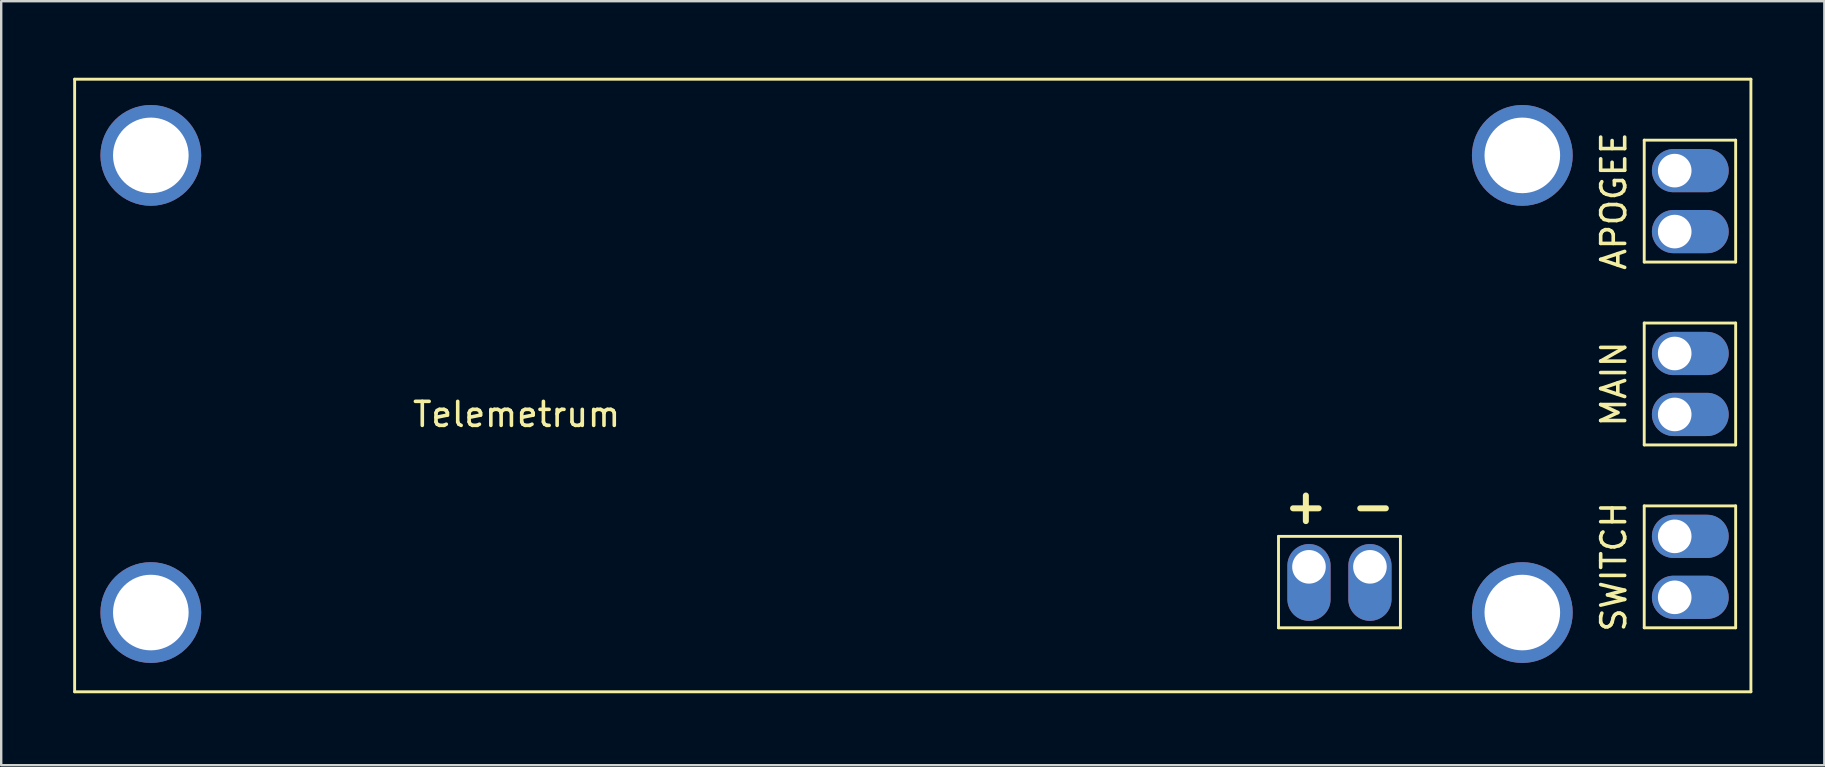
<source format=kicad_pcb>
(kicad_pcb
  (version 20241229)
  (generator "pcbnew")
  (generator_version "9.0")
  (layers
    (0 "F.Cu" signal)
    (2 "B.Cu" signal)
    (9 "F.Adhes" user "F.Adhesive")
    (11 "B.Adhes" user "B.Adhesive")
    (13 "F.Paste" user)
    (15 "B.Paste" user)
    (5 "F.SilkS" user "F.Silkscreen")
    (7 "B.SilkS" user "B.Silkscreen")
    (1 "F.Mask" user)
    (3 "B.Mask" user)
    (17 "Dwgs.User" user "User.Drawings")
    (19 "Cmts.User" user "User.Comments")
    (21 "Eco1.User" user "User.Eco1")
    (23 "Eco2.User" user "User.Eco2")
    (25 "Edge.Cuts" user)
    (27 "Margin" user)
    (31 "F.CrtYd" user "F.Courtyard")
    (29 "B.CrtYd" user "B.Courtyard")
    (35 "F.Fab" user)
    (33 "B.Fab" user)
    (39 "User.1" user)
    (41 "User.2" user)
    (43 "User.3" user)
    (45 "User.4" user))
  (footprint "Telemetrum"
    (layer "F.Cu")
    (at 34.985 0.25)
    (property "Reference" "Telemetrum" (at -16.51 13.97 0) (layer "F.SilkS") (effects (font (size 1 1) (thickness 0.15))))
    (attr through_hole)
    (fp_line (start -34.925 0) (end -34.925 25.527) (stroke (width 0.12) (type solid)) (layer "F.SilkS"))
    (fp_line (start -34.925 0) (end 34.925 0) (stroke (width 0.12) (type solid)) (layer "F.SilkS"))
    (fp_line (start -34.925 25.527) (end 34.925 25.527) (stroke (width 0.12) (type solid)) (layer "F.SilkS"))
    (fp_line (start 15.24 19.05) (end 20.32 19.05) (stroke (width 0.12) (type solid)) (layer "F.SilkS"))
    (fp_line (start 15.24 22.86) (end 15.24 19.05) (stroke (width 0.12) (type solid)) (layer "F.SilkS"))
    (fp_line (start 20.32 19.05) (end 20.32 22.86) (stroke (width 0.12) (type solid)) (layer "F.SilkS"))
    (fp_line (start 20.32 22.86) (end 15.24 22.86) (stroke (width 0.12) (type solid)) (layer "F.SilkS"))
    (fp_line (start 30.48 2.54) (end 34.29 2.54) (stroke (width 0.12) (type solid)) (layer "F.SilkS"))
    (fp_line (start 30.48 7.62) (end 30.48 2.54) (stroke (width 0.12) (type solid)) (layer "F.SilkS"))
    (fp_line (start 30.48 10.16) (end 34.29 10.16) (stroke (width 0.12) (type solid)) (layer "F.SilkS"))
    (fp_line (start 30.48 15.24) (end 30.48 10.16) (stroke (width 0.12) (type solid)) (layer "F.SilkS"))
    (fp_line (start 30.48 17.78) (end 34.29 17.78) (stroke (width 0.12) (type solid)) (layer "F.SilkS"))
    (fp_line (start 30.48 22.86) (end 30.48 17.78) (stroke (width 0.12) (type solid)) (layer "F.SilkS"))
    (fp_line (start 34.29 2.54) (end 34.29 7.62) (stroke (width 0.12) (type solid)) (layer "F.SilkS"))
    (fp_line (start 34.29 7.62) (end 30.48 7.62) (stroke (width 0.12) (type solid)) (layer "F.SilkS"))
    (fp_line (start 34.29 10.16) (end 34.29 15.24) (stroke (width 0.12) (type solid)) (layer "F.SilkS"))
    (fp_line (start 34.29 15.24) (end 30.48 15.24) (stroke (width 0.12) (type solid)) (layer "F.SilkS"))
    (fp_line (start 34.29 17.78) (end 34.29 22.86) (stroke (width 0.12) (type solid)) (layer "F.SilkS"))
    (fp_line (start 34.29 22.86) (end 30.48 22.86) (stroke (width 0.12) (type solid)) (layer "F.SilkS"))
    (fp_line (start 34.925 0) (end 34.925 25.527) (stroke (width 0.12) (type solid)) (layer "F.SilkS"))
    (fp_text user "MAIN" (at 29.21 12.7 90) (layer "F.SilkS") (effects (font (size 1 1) (thickness 0.15))))
    (fp_text user "APOGEE" (at 29.21 5.08 90) (layer "F.SilkS") (effects (font (size 1 1) (thickness 0.15))))
    (fp_text user "+ -" (at 17.78 17.78 0) (layer "F.SilkS") (effects (font (size 1.4 1.4) (thickness 0.25))))
    (fp_text user "SWITCH" (at 29.21 20.32 90) (layer "F.SilkS") (effects (font (size 1 1) (thickness 0.15))))
    (pad "" np_thru_hole circle (at -31.75 3.175) (size 4.2 4.2) (drill 3.15) (layers "*.Cu" "*.Mask"))
    (pad "" np_thru_hole circle (at -31.75 22.225) (size 4.2 4.2) (drill 3.15) (layers "*.Cu" "*.Mask"))
    (pad "" np_thru_hole circle (at 25.4 3.175) (size 4.2 4.2) (drill 3.15) (layers "*.Cu" "*.Mask"))
    (pad "" np_thru_hole circle (at 25.4 22.225) (size 4.2 4.2) (drill 3.15) (layers "*.Cu" "*.Mask"))
    (pad "APOGEE1" thru_hole oval (at 31.75 3.81 90) (size 1.8 3.2) (drill 1.4 (offset 0 0.65)) (layers "F.Cu" "F.Mask"))
    (pad "APOGEE2" thru_hole oval (at 31.75 6.35 90) (size 1.8 3.2) (drill 1.4 (offset 0 0.65)) (layers "F.Cu" "F.Mask"))
    (pad "BATT" thru_hole oval (at 16.51 20.32) (size 1.8 3.2) (drill 1.4 (offset 0 0.65)) (layers "F.Cu" "F.Mask"))
    (pad "GND" thru_hole oval (at 19.05 20.32) (size 1.8 3.2) (drill 1.4 (offset 0 0.65)) (layers "F.Cu" "F.Mask"))
    (pad "MAIN1" thru_hole oval (at 31.75 11.43 90) (size 1.8 3.2) (drill 1.4 (offset 0 0.65)) (layers "F.Cu" "F.Mask"))
    (pad "MAIN2" thru_hole oval (at 31.75 13.97 90) (size 1.8 3.2) (drill 1.4 (offset 0 0.65)) (layers "F.Cu" "F.Mask"))
    (pad "SWITCH1" thru_hole oval (at 31.75 19.05 90) (size 1.8 3.2) (drill 1.4 (offset 0 0.65)) (layers "F.Cu" "F.Mask"))
    (pad "SWITCH2" thru_hole oval (at 31.75 21.59 90) (size 1.8 3.2) (drill 1.4 (offset 0 0.65)) (layers "F.Cu" "F.Mask")))
  (gr_rect
    (start -3 -3)
    (end 72.97 28.837)
    (stroke (width 0.1) (type default))
    (fill no)
    (layer "Edge.Cuts")))
</source>
